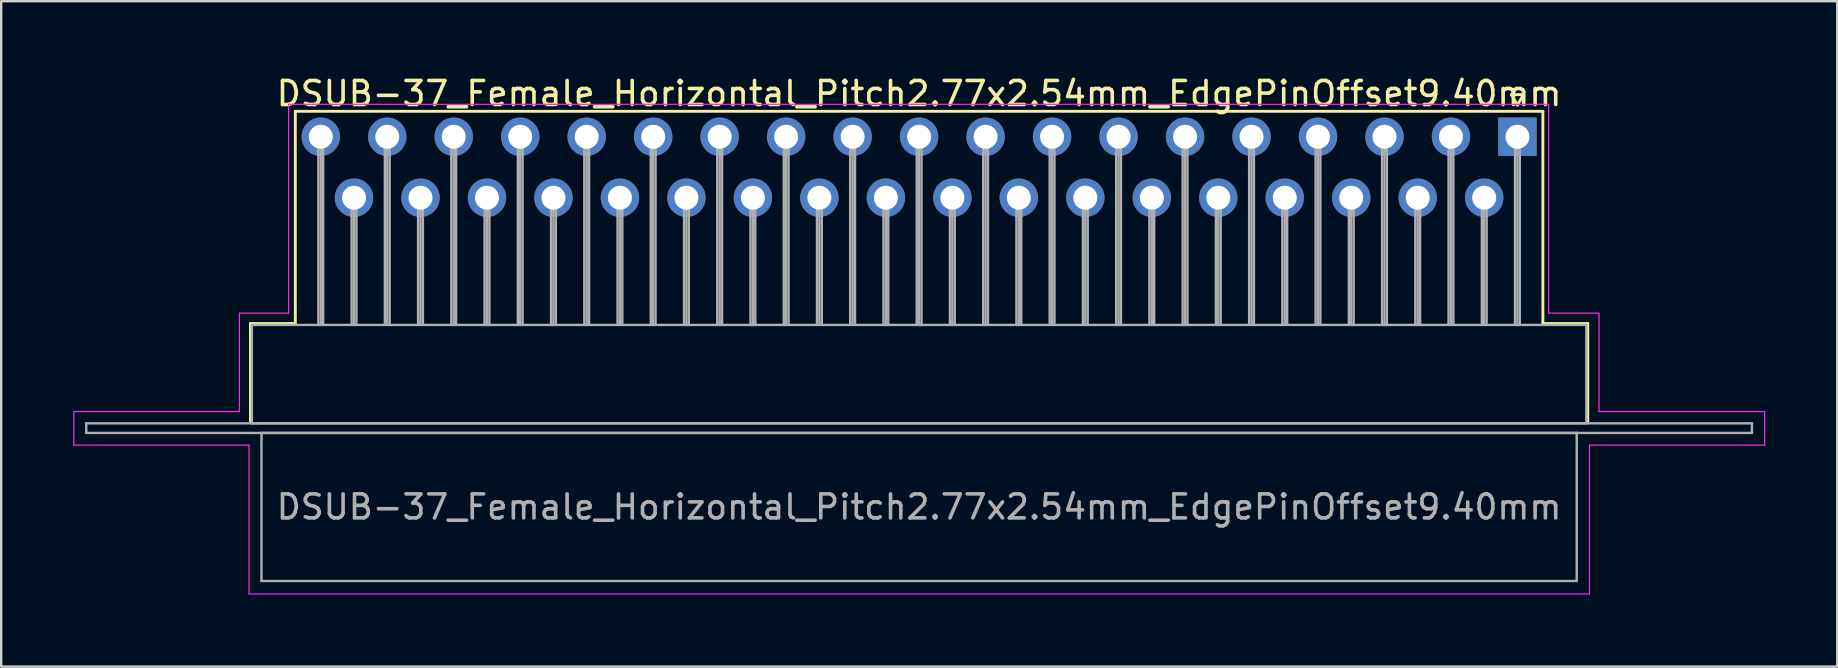
<source format=kicad_pcb>
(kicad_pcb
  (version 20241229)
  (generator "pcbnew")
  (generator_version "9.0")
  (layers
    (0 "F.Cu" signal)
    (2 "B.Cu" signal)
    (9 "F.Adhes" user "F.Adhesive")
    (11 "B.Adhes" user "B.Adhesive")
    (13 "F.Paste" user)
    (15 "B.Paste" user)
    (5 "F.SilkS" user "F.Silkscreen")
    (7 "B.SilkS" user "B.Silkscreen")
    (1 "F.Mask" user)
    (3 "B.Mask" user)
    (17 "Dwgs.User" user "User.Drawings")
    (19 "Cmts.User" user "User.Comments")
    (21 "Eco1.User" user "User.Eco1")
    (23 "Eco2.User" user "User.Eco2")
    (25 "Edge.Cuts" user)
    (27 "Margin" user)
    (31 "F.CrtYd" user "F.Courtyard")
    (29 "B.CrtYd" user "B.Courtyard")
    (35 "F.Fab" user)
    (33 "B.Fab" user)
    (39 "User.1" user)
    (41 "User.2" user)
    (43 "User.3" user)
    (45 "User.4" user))
  (footprint "DSUB-37_Female_Horizontal_Pitch2.77x2.54mm_EdgePinOffset9.40mm"
    (layer "F.Cu")
    (at 60.175 2.648)
    (property "Reference" "DSUB-37_Female_Horizontal_Pitch2.77x2.54mm_EdgePinOffset9.40mm" (at -24.93 -1.8 0) (layer "F.SilkS") (effects (font (size 1 1) (thickness 0.15))))
    (attr through_hole)
    (fp_line (start -52.79 7.78) (end -50.92 7.78) (stroke (width 0.12) (type solid)) (layer "F.SilkS"))
    (fp_line (start -52.79 11.88) (end -52.79 7.78) (stroke (width 0.12) (type solid)) (layer "F.SilkS"))
    (fp_line (start -50.92 -1.06) (end 1.06 -1.06) (stroke (width 0.12) (type solid)) (layer "F.SilkS"))
    (fp_line (start -50.92 7.78) (end -50.92 -1.06) (stroke (width 0.12) (type solid)) (layer "F.SilkS"))
    (fp_line (start -0.25 -1.754) (end 0.25 -1.754) (stroke (width 0.12) (type solid)) (layer "F.SilkS"))
    (fp_line (start 0 -1.321) (end -0.25 -1.754) (stroke (width 0.12) (type solid)) (layer "F.SilkS"))
    (fp_line (start 0.25 -1.754) (end 0 -1.321) (stroke (width 0.12) (type solid)) (layer "F.SilkS"))
    (fp_line (start 1.06 -1.06) (end 1.06 7.78) (stroke (width 0.12) (type solid)) (layer "F.SilkS"))
    (fp_line (start 1.06 7.78) (end 2.93 7.78) (stroke (width 0.12) (type solid)) (layer "F.SilkS"))
    (fp_line (start 2.93 7.78) (end 2.93 11.88) (stroke (width 0.12) (type solid)) (layer "F.SilkS"))
    (fp_line (start -60.15 11.45) (end -53.25 11.45) (stroke (width 0.05) (type solid)) (layer "F.CrtYd"))
    (fp_line (start -60.15 12.85) (end -60.15 11.45) (stroke (width 0.05) (type solid)) (layer "F.CrtYd"))
    (fp_line (start -53.25 7.35) (end -51.2 7.35) (stroke (width 0.05) (type solid)) (layer "F.CrtYd"))
    (fp_line (start -53.25 11.45) (end -53.25 7.35) (stroke (width 0.05) (type solid)) (layer "F.CrtYd"))
    (fp_line (start -52.85 12.85) (end -60.15 12.85) (stroke (width 0.05) (type solid)) (layer "F.CrtYd"))
    (fp_line (start -52.85 19.05) (end -52.85 12.85) (stroke (width 0.05) (type solid)) (layer "F.CrtYd"))
    (fp_line (start -51.2 -1.35) (end 1.3 -1.35) (stroke (width 0.05) (type solid)) (layer "F.CrtYd"))
    (fp_line (start -51.2 7.35) (end -51.2 -1.35) (stroke (width 0.05) (type solid)) (layer "F.CrtYd"))
    (fp_line (start 1.3 -1.35) (end 1.3 7.35) (stroke (width 0.05) (type solid)) (layer "F.CrtYd"))
    (fp_line (start 1.3 7.35) (end 3.4 7.35) (stroke (width 0.05) (type solid)) (layer "F.CrtYd"))
    (fp_line (start 3 12.85) (end 3 19.05) (stroke (width 0.05) (type solid)) (layer "F.CrtYd"))
    (fp_line (start 3 19.05) (end -52.85 19.05) (stroke (width 0.05) (type solid)) (layer "F.CrtYd"))
    (fp_line (start 3.4 7.35) (end 3.4 11.45) (stroke (width 0.05) (type solid)) (layer "F.CrtYd"))
    (fp_line (start 3.4 11.45) (end 10.3 11.45) (stroke (width 0.05) (type solid)) (layer "F.CrtYd"))
    (fp_line (start 10.3 11.45) (end 10.3 12.85) (stroke (width 0.05) (type solid)) (layer "F.CrtYd"))
    (fp_line (start 10.3 12.85) (end 3 12.85) (stroke (width 0.05) (type solid)) (layer "F.CrtYd"))
    (fp_line (start -59.63 11.94) (end -59.63 12.34) (stroke (width 0.1) (type solid)) (layer "F.Fab"))
    (fp_line (start -59.63 12.34) (end 9.77 12.34) (stroke (width 0.1) (type solid)) (layer "F.Fab"))
    (fp_line (start -52.73 7.84) (end -52.73 11.94) (stroke (width 0.1) (type solid)) (layer "F.Fab"))
    (fp_line (start -52.73 11.94) (end 2.87 11.94) (stroke (width 0.1) (type solid)) (layer "F.Fab"))
    (fp_line (start -52.33 12.34) (end -52.33 18.51) (stroke (width 0.1) (type solid)) (layer "F.Fab"))
    (fp_line (start -52.33 18.51) (end 2.47 18.51) (stroke (width 0.1) (type solid)) (layer "F.Fab"))
    (fp_line (start -49.96 0) (end -49.96 7.84) (stroke (width 0.1) (type solid)) (layer "F.Fab"))
    (fp_line (start -49.86 0) (end -49.86 7.84) (stroke (width 0.1) (type solid)) (layer "F.Fab"))
    (fp_line (start -49.76 0) (end -49.76 7.84) (stroke (width 0.1) (type solid)) (layer "F.Fab"))
    (fp_line (start -48.575 2.54) (end -48.575 7.84) (stroke (width 0.1) (type solid)) (layer "F.Fab"))
    (fp_line (start -48.475 2.54) (end -48.475 7.84) (stroke (width 0.1) (type solid)) (layer "F.Fab"))
    (fp_line (start -48.375 2.54) (end -48.375 7.84) (stroke (width 0.1) (type solid)) (layer "F.Fab"))
    (fp_line (start -47.19 0) (end -47.19 7.84) (stroke (width 0.1) (type solid)) (layer "F.Fab"))
    (fp_line (start -47.09 0) (end -47.09 7.84) (stroke (width 0.1) (type solid)) (layer "F.Fab"))
    (fp_line (start -46.99 0) (end -46.99 7.84) (stroke (width 0.1) (type solid)) (layer "F.Fab"))
    (fp_line (start -45.805 2.54) (end -45.805 7.84) (stroke (width 0.1) (type solid)) (layer "F.Fab"))
    (fp_line (start -45.705 2.54) (end -45.705 7.84) (stroke (width 0.1) (type solid)) (layer "F.Fab"))
    (fp_line (start -45.605 2.54) (end -45.605 7.84) (stroke (width 0.1) (type solid)) (layer "F.Fab"))
    (fp_line (start -44.42 0) (end -44.42 7.84) (stroke (width 0.1) (type solid)) (layer "F.Fab"))
    (fp_line (start -44.32 0) (end -44.32 7.84) (stroke (width 0.1) (type solid)) (layer "F.Fab"))
    (fp_line (start -44.22 0) (end -44.22 7.84) (stroke (width 0.1) (type solid)) (layer "F.Fab"))
    (fp_line (start -43.035 2.54) (end -43.035 7.84) (stroke (width 0.1) (type solid)) (layer "F.Fab"))
    (fp_line (start -42.935 2.54) (end -42.935 7.84) (stroke (width 0.1) (type solid)) (layer "F.Fab"))
    (fp_line (start -42.835 2.54) (end -42.835 7.84) (stroke (width 0.1) (type solid)) (layer "F.Fab"))
    (fp_line (start -41.65 0) (end -41.65 7.84) (stroke (width 0.1) (type solid)) (layer "F.Fab"))
    (fp_line (start -41.55 0) (end -41.55 7.84) (stroke (width 0.1) (type solid)) (layer "F.Fab"))
    (fp_line (start -41.45 0) (end -41.45 7.84) (stroke (width 0.1) (type solid)) (layer "F.Fab"))
    (fp_line (start -40.265 2.54) (end -40.265 7.84) (stroke (width 0.1) (type solid)) (layer "F.Fab"))
    (fp_line (start -40.165 2.54) (end -40.165 7.84) (stroke (width 0.1) (type solid)) (layer "F.Fab"))
    (fp_line (start -40.065 2.54) (end -40.065 7.84) (stroke (width 0.1) (type solid)) (layer "F.Fab"))
    (fp_line (start -38.88 0) (end -38.88 7.84) (stroke (width 0.1) (type solid)) (layer "F.Fab"))
    (fp_line (start -38.78 0) (end -38.78 7.84) (stroke (width 0.1) (type solid)) (layer "F.Fab"))
    (fp_line (start -38.68 0) (end -38.68 7.84) (stroke (width 0.1) (type solid)) (layer "F.Fab"))
    (fp_line (start -37.495 2.54) (end -37.495 7.84) (stroke (width 0.1) (type solid)) (layer "F.Fab"))
    (fp_line (start -37.395 2.54) (end -37.395 7.84) (stroke (width 0.1) (type solid)) (layer "F.Fab"))
    (fp_line (start -37.295 2.54) (end -37.295 7.84) (stroke (width 0.1) (type solid)) (layer "F.Fab"))
    (fp_line (start -36.11 0) (end -36.11 7.84) (stroke (width 0.1) (type solid)) (layer "F.Fab"))
    (fp_line (start -36.01 0) (end -36.01 7.84) (stroke (width 0.1) (type solid)) (layer "F.Fab"))
    (fp_line (start -35.91 0) (end -35.91 7.84) (stroke (width 0.1) (type solid)) (layer "F.Fab"))
    (fp_line (start -34.725 2.54) (end -34.725 7.84) (stroke (width 0.1) (type solid)) (layer "F.Fab"))
    (fp_line (start -34.625 2.54) (end -34.625 7.84) (stroke (width 0.1) (type solid)) (layer "F.Fab"))
    (fp_line (start -34.525 2.54) (end -34.525 7.84) (stroke (width 0.1) (type solid)) (layer "F.Fab"))
    (fp_line (start -33.34 0) (end -33.34 7.84) (stroke (width 0.1) (type solid)) (layer "F.Fab"))
    (fp_line (start -33.24 0) (end -33.24 7.84) (stroke (width 0.1) (type solid)) (layer "F.Fab"))
    (fp_line (start -33.14 0) (end -33.14 7.84) (stroke (width 0.1) (type solid)) (layer "F.Fab"))
    (fp_line (start -31.955 2.54) (end -31.955 7.84) (stroke (width 0.1) (type solid)) (layer "F.Fab"))
    (fp_line (start -31.855 2.54) (end -31.855 7.84) (stroke (width 0.1) (type solid)) (layer "F.Fab"))
    (fp_line (start -31.755 2.54) (end -31.755 7.84) (stroke (width 0.1) (type solid)) (layer "F.Fab"))
    (fp_line (start -30.57 0) (end -30.57 7.84) (stroke (width 0.1) (type solid)) (layer "F.Fab"))
    (fp_line (start -30.47 0) (end -30.47 7.84) (stroke (width 0.1) (type solid)) (layer "F.Fab"))
    (fp_line (start -30.37 0) (end -30.37 7.84) (stroke (width 0.1) (type solid)) (layer "F.Fab"))
    (fp_line (start -29.185 2.54) (end -29.185 7.84) (stroke (width 0.1) (type solid)) (layer "F.Fab"))
    (fp_line (start -29.085 2.54) (end -29.085 7.84) (stroke (width 0.1) (type solid)) (layer "F.Fab"))
    (fp_line (start -28.985 2.54) (end -28.985 7.84) (stroke (width 0.1) (type solid)) (layer "F.Fab"))
    (fp_line (start -27.8 0) (end -27.8 7.84) (stroke (width 0.1) (type solid)) (layer "F.Fab"))
    (fp_line (start -27.7 0) (end -27.7 7.84) (stroke (width 0.1) (type solid)) (layer "F.Fab"))
    (fp_line (start -27.6 0) (end -27.6 7.84) (stroke (width 0.1) (type solid)) (layer "F.Fab"))
    (fp_line (start -26.415 2.54) (end -26.415 7.84) (stroke (width 0.1) (type solid)) (layer "F.Fab"))
    (fp_line (start -26.315 2.54) (end -26.315 7.84) (stroke (width 0.1) (type solid)) (layer "F.Fab"))
    (fp_line (start -26.215 2.54) (end -26.215 7.84) (stroke (width 0.1) (type solid)) (layer "F.Fab"))
    (fp_line (start -25.03 0) (end -25.03 7.84) (stroke (width 0.1) (type solid)) (layer "F.Fab"))
    (fp_line (start -24.93 0) (end -24.93 7.84) (stroke (width 0.1) (type solid)) (layer "F.Fab"))
    (fp_line (start -24.83 0) (end -24.83 7.84) (stroke (width 0.1) (type solid)) (layer "F.Fab"))
    (fp_line (start -23.645 2.54) (end -23.645 7.84) (stroke (width 0.1) (type solid)) (layer "F.Fab"))
    (fp_line (start -23.545 2.54) (end -23.545 7.84) (stroke (width 0.1) (type solid)) (layer "F.Fab"))
    (fp_line (start -23.445 2.54) (end -23.445 7.84) (stroke (width 0.1) (type solid)) (layer "F.Fab"))
    (fp_line (start -22.26 0) (end -22.26 7.84) (stroke (width 0.1) (type solid)) (layer "F.Fab"))
    (fp_line (start -22.16 0) (end -22.16 7.84) (stroke (width 0.1) (type solid)) (layer "F.Fab"))
    (fp_line (start -22.06 0) (end -22.06 7.84) (stroke (width 0.1) (type solid)) (layer "F.Fab"))
    (fp_line (start -20.875 2.54) (end -20.875 7.84) (stroke (width 0.1) (type solid)) (layer "F.Fab"))
    (fp_line (start -20.775 2.54) (end -20.775 7.84) (stroke (width 0.1) (type solid)) (layer "F.Fab"))
    (fp_line (start -20.675 2.54) (end -20.675 7.84) (stroke (width 0.1) (type solid)) (layer "F.Fab"))
    (fp_line (start -19.49 0) (end -19.49 7.84) (stroke (width 0.1) (type solid)) (layer "F.Fab"))
    (fp_line (start -19.39 0) (end -19.39 7.84) (stroke (width 0.1) (type solid)) (layer "F.Fab"))
    (fp_line (start -19.29 0) (end -19.29 7.84) (stroke (width 0.1) (type solid)) (layer "F.Fab"))
    (fp_line (start -18.105 2.54) (end -18.105 7.84) (stroke (width 0.1) (type solid)) (layer "F.Fab"))
    (fp_line (start -18.005 2.54) (end -18.005 7.84) (stroke (width 0.1) (type solid)) (layer "F.Fab"))
    (fp_line (start -17.905 2.54) (end -17.905 7.84) (stroke (width 0.1) (type solid)) (layer "F.Fab"))
    (fp_line (start -16.72 0) (end -16.72 7.84) (stroke (width 0.1) (type solid)) (layer "F.Fab"))
    (fp_line (start -16.62 0) (end -16.62 7.84) (stroke (width 0.1) (type solid)) (layer "F.Fab"))
    (fp_line (start -16.52 0) (end -16.52 7.84) (stroke (width 0.1) (type solid)) (layer "F.Fab"))
    (fp_line (start -15.335 2.54) (end -15.335 7.84) (stroke (width 0.1) (type solid)) (layer "F.Fab"))
    (fp_line (start -15.235 2.54) (end -15.235 7.84) (stroke (width 0.1) (type solid)) (layer "F.Fab"))
    (fp_line (start -15.135 2.54) (end -15.135 7.84) (stroke (width 0.1) (type solid)) (layer "F.Fab"))
    (fp_line (start -13.95 0) (end -13.95 7.84) (stroke (width 0.1) (type solid)) (layer "F.Fab"))
    (fp_line (start -13.85 0) (end -13.85 7.84) (stroke (width 0.1) (type solid)) (layer "F.Fab"))
    (fp_line (start -13.75 0) (end -13.75 7.84) (stroke (width 0.1) (type solid)) (layer "F.Fab"))
    (fp_line (start -12.565 2.54) (end -12.565 7.84) (stroke (width 0.1) (type solid)) (layer "F.Fab"))
    (fp_line (start -12.465 2.54) (end -12.465 7.84) (stroke (width 0.1) (type solid)) (layer "F.Fab"))
    (fp_line (start -12.365 2.54) (end -12.365 7.84) (stroke (width 0.1) (type solid)) (layer "F.Fab"))
    (fp_line (start -11.18 0) (end -11.18 7.84) (stroke (width 0.1) (type solid)) (layer "F.Fab"))
    (fp_line (start -11.08 0) (end -11.08 7.84) (stroke (width 0.1) (type solid)) (layer "F.Fab"))
    (fp_line (start -10.98 0) (end -10.98 7.84) (stroke (width 0.1) (type solid)) (layer "F.Fab"))
    (fp_line (start -9.795 2.54) (end -9.795 7.84) (stroke (width 0.1) (type solid)) (layer "F.Fab"))
    (fp_line (start -9.695 2.54) (end -9.695 7.84) (stroke (width 0.1) (type solid)) (layer "F.Fab"))
    (fp_line (start -9.595 2.54) (end -9.595 7.84) (stroke (width 0.1) (type solid)) (layer "F.Fab"))
    (fp_line (start -8.41 0) (end -8.41 7.84) (stroke (width 0.1) (type solid)) (layer "F.Fab"))
    (fp_line (start -8.31 0) (end -8.31 7.84) (stroke (width 0.1) (type solid)) (layer "F.Fab"))
    (fp_line (start -8.21 0) (end -8.21 7.84) (stroke (width 0.1) (type solid)) (layer "F.Fab"))
    (fp_line (start -7.025 2.54) (end -7.025 7.84) (stroke (width 0.1) (type solid)) (layer "F.Fab"))
    (fp_line (start -6.925 2.54) (end -6.925 7.84) (stroke (width 0.1) (type solid)) (layer "F.Fab"))
    (fp_line (start -6.825 2.54) (end -6.825 7.84) (stroke (width 0.1) (type solid)) (layer "F.Fab"))
    (fp_line (start -5.64 0) (end -5.64 7.84) (stroke (width 0.1) (type solid)) (layer "F.Fab"))
    (fp_line (start -5.54 0) (end -5.54 7.84) (stroke (width 0.1) (type solid)) (layer "F.Fab"))
    (fp_line (start -5.44 0) (end -5.44 7.84) (stroke (width 0.1) (type solid)) (layer "F.Fab"))
    (fp_line (start -4.255 2.54) (end -4.255 7.84) (stroke (width 0.1) (type solid)) (layer "F.Fab"))
    (fp_line (start -4.155 2.54) (end -4.155 7.84) (stroke (width 0.1) (type solid)) (layer "F.Fab"))
    (fp_line (start -4.055 2.54) (end -4.055 7.84) (stroke (width 0.1) (type solid)) (layer "F.Fab"))
    (fp_line (start -2.87 0) (end -2.87 7.84) (stroke (width 0.1) (type solid)) (layer "F.Fab"))
    (fp_line (start -2.77 0) (end -2.77 7.84) (stroke (width 0.1) (type solid)) (layer "F.Fab"))
    (fp_line (start -2.67 0) (end -2.67 7.84) (stroke (width 0.1) (type solid)) (layer "F.Fab"))
    (fp_line (start -1.485 2.54) (end -1.485 7.84) (stroke (width 0.1) (type solid)) (layer "F.Fab"))
    (fp_line (start -1.385 2.54) (end -1.385 7.84) (stroke (width 0.1) (type solid)) (layer "F.Fab"))
    (fp_line (start -1.285 2.54) (end -1.285 7.84) (stroke (width 0.1) (type solid)) (layer "F.Fab"))
    (fp_line (start -0.1 0) (end -0.1 7.84) (stroke (width 0.1) (type solid)) (layer "F.Fab"))
    (fp_line (start 0 0) (end 0 7.84) (stroke (width 0.1) (type solid)) (layer "F.Fab"))
    (fp_line (start 0.1 0) (end 0.1 7.84) (stroke (width 0.1) (type solid)) (layer "F.Fab"))
    (fp_line (start 2.47 12.34) (end -52.33 12.34) (stroke (width 0.1) (type solid)) (layer "F.Fab"))
    (fp_line (start 2.47 18.51) (end 2.47 12.34) (stroke (width 0.1) (type solid)) (layer "F.Fab"))
    (fp_line (start 2.87 7.84) (end -52.73 7.84) (stroke (width 0.1) (type solid)) (layer "F.Fab"))
    (fp_line (start 2.87 11.94) (end 2.87 7.84) (stroke (width 0.1) (type solid)) (layer "F.Fab"))
    (fp_line (start 9.77 11.94) (end -59.63 11.94) (stroke (width 0.1) (type solid)) (layer "F.Fab"))
    (fp_line (start 9.77 12.34) (end 9.77 11.94) (stroke (width 0.1) (type solid)) (layer "F.Fab"))
    (fp_text user "${REFERENCE}" (at -24.93 15.425 0) (layer "F.Fab") (effects (font (size 1 1) (thickness 0.15))))
    (pad "1" thru_hole rect (at 0 0) (size 1.6 1.6) (drill 1) (layers "*.Cu" "*.Mask"))
    (pad "2" thru_hole circle (at -2.77 0) (size 1.6 1.6) (drill 1) (layers "*.Cu" "*.Mask"))
    (pad "3" thru_hole circle (at -5.54 0) (size 1.6 1.6) (drill 1) (layers "*.Cu" "*.Mask"))
    (pad "4" thru_hole circle (at -8.31 0) (size 1.6 1.6) (drill 1) (layers "*.Cu" "*.Mask"))
    (pad "5" thru_hole circle (at -11.08 0) (size 1.6 1.6) (drill 1) (layers "*.Cu" "*.Mask"))
    (pad "6" thru_hole circle (at -13.85 0) (size 1.6 1.6) (drill 1) (layers "*.Cu" "*.Mask"))
    (pad "7" thru_hole circle (at -16.62 0) (size 1.6 1.6) (drill 1) (layers "*.Cu" "*.Mask"))
    (pad "8" thru_hole circle (at -19.39 0) (size 1.6 1.6) (drill 1) (layers "*.Cu" "*.Mask"))
    (pad "9" thru_hole circle (at -22.16 0) (size 1.6 1.6) (drill 1) (layers "*.Cu" "*.Mask"))
    (pad "10" thru_hole circle (at -24.93 0) (size 1.6 1.6) (drill 1) (layers "*.Cu" "*.Mask"))
    (pad "11" thru_hole circle (at -27.7 0) (size 1.6 1.6) (drill 1) (layers "*.Cu" "*.Mask"))
    (pad "12" thru_hole circle (at -30.47 0) (size 1.6 1.6) (drill 1) (layers "*.Cu" "*.Mask"))
    (pad "13" thru_hole circle (at -33.24 0) (size 1.6 1.6) (drill 1) (layers "*.Cu" "*.Mask"))
    (pad "14" thru_hole circle (at -36.01 0) (size 1.6 1.6) (drill 1) (layers "*.Cu" "*.Mask"))
    (pad "15" thru_hole circle (at -38.78 0) (size 1.6 1.6) (drill 1) (layers "*.Cu" "*.Mask"))
    (pad "16" thru_hole circle (at -41.55 0) (size 1.6 1.6) (drill 1) (layers "*.Cu" "*.Mask"))
    (pad "17" thru_hole circle (at -44.32 0) (size 1.6 1.6) (drill 1) (layers "*.Cu" "*.Mask"))
    (pad "18" thru_hole circle (at -47.09 0) (size 1.6 1.6) (drill 1) (layers "*.Cu" "*.Mask"))
    (pad "19" thru_hole circle (at -49.86 0) (size 1.6 1.6) (drill 1) (layers "*.Cu" "*.Mask"))
    (pad "20" thru_hole circle (at -1.385 2.54) (size 1.6 1.6) (drill 1) (layers "*.Cu" "*.Mask"))
    (pad "21" thru_hole circle (at -4.155 2.54) (size 1.6 1.6) (drill 1) (layers "*.Cu" "*.Mask"))
    (pad "22" thru_hole circle (at -6.925 2.54) (size 1.6 1.6) (drill 1) (layers "*.Cu" "*.Mask"))
    (pad "23" thru_hole circle (at -9.695 2.54) (size 1.6 1.6) (drill 1) (layers "*.Cu" "*.Mask"))
    (pad "24" thru_hole circle (at -12.465 2.54) (size 1.6 1.6) (drill 1) (layers "*.Cu" "*.Mask"))
    (pad "25" thru_hole circle (at -15.235 2.54) (size 1.6 1.6) (drill 1) (layers "*.Cu" "*.Mask"))
    (pad "26" thru_hole circle (at -18.005 2.54) (size 1.6 1.6) (drill 1) (layers "*.Cu" "*.Mask"))
    (pad "27" thru_hole circle (at -20.775 2.54) (size 1.6 1.6) (drill 1) (layers "*.Cu" "*.Mask"))
    (pad "28" thru_hole circle (at -23.545 2.54) (size 1.6 1.6) (drill 1) (layers "*.Cu" "*.Mask"))
    (pad "29" thru_hole circle (at -26.315 2.54) (size 1.6 1.6) (drill 1) (layers "*.Cu" "*.Mask"))
    (pad "30" thru_hole circle (at -29.085 2.54) (size 1.6 1.6) (drill 1) (layers "*.Cu" "*.Mask"))
    (pad "31" thru_hole circle (at -31.855 2.54) (size 1.6 1.6) (drill 1) (layers "*.Cu" "*.Mask"))
    (pad "32" thru_hole circle (at -34.625 2.54) (size 1.6 1.6) (drill 1) (layers "*.Cu" "*.Mask"))
    (pad "33" thru_hole circle (at -37.395 2.54) (size 1.6 1.6) (drill 1) (layers "*.Cu" "*.Mask"))
    (pad "34" thru_hole circle (at -40.165 2.54) (size 1.6 1.6) (drill 1) (layers "*.Cu" "*.Mask"))
    (pad "35" thru_hole circle (at -42.935 2.54) (size 1.6 1.6) (drill 1) (layers "*.Cu" "*.Mask"))
    (pad "36" thru_hole circle (at -45.705 2.54) (size 1.6 1.6) (drill 1) (layers "*.Cu" "*.Mask"))
    (pad "37" thru_hole circle (at -48.475 2.54) (size 1.6 1.6) (drill 1) (layers "*.Cu" "*.Mask")))
  (gr_rect
    (start -3 -3)
    (end 73.5 24.723)
    (stroke (width 0.1) (type default))
    (fill no)
    (layer "Edge.Cuts")))
</source>
